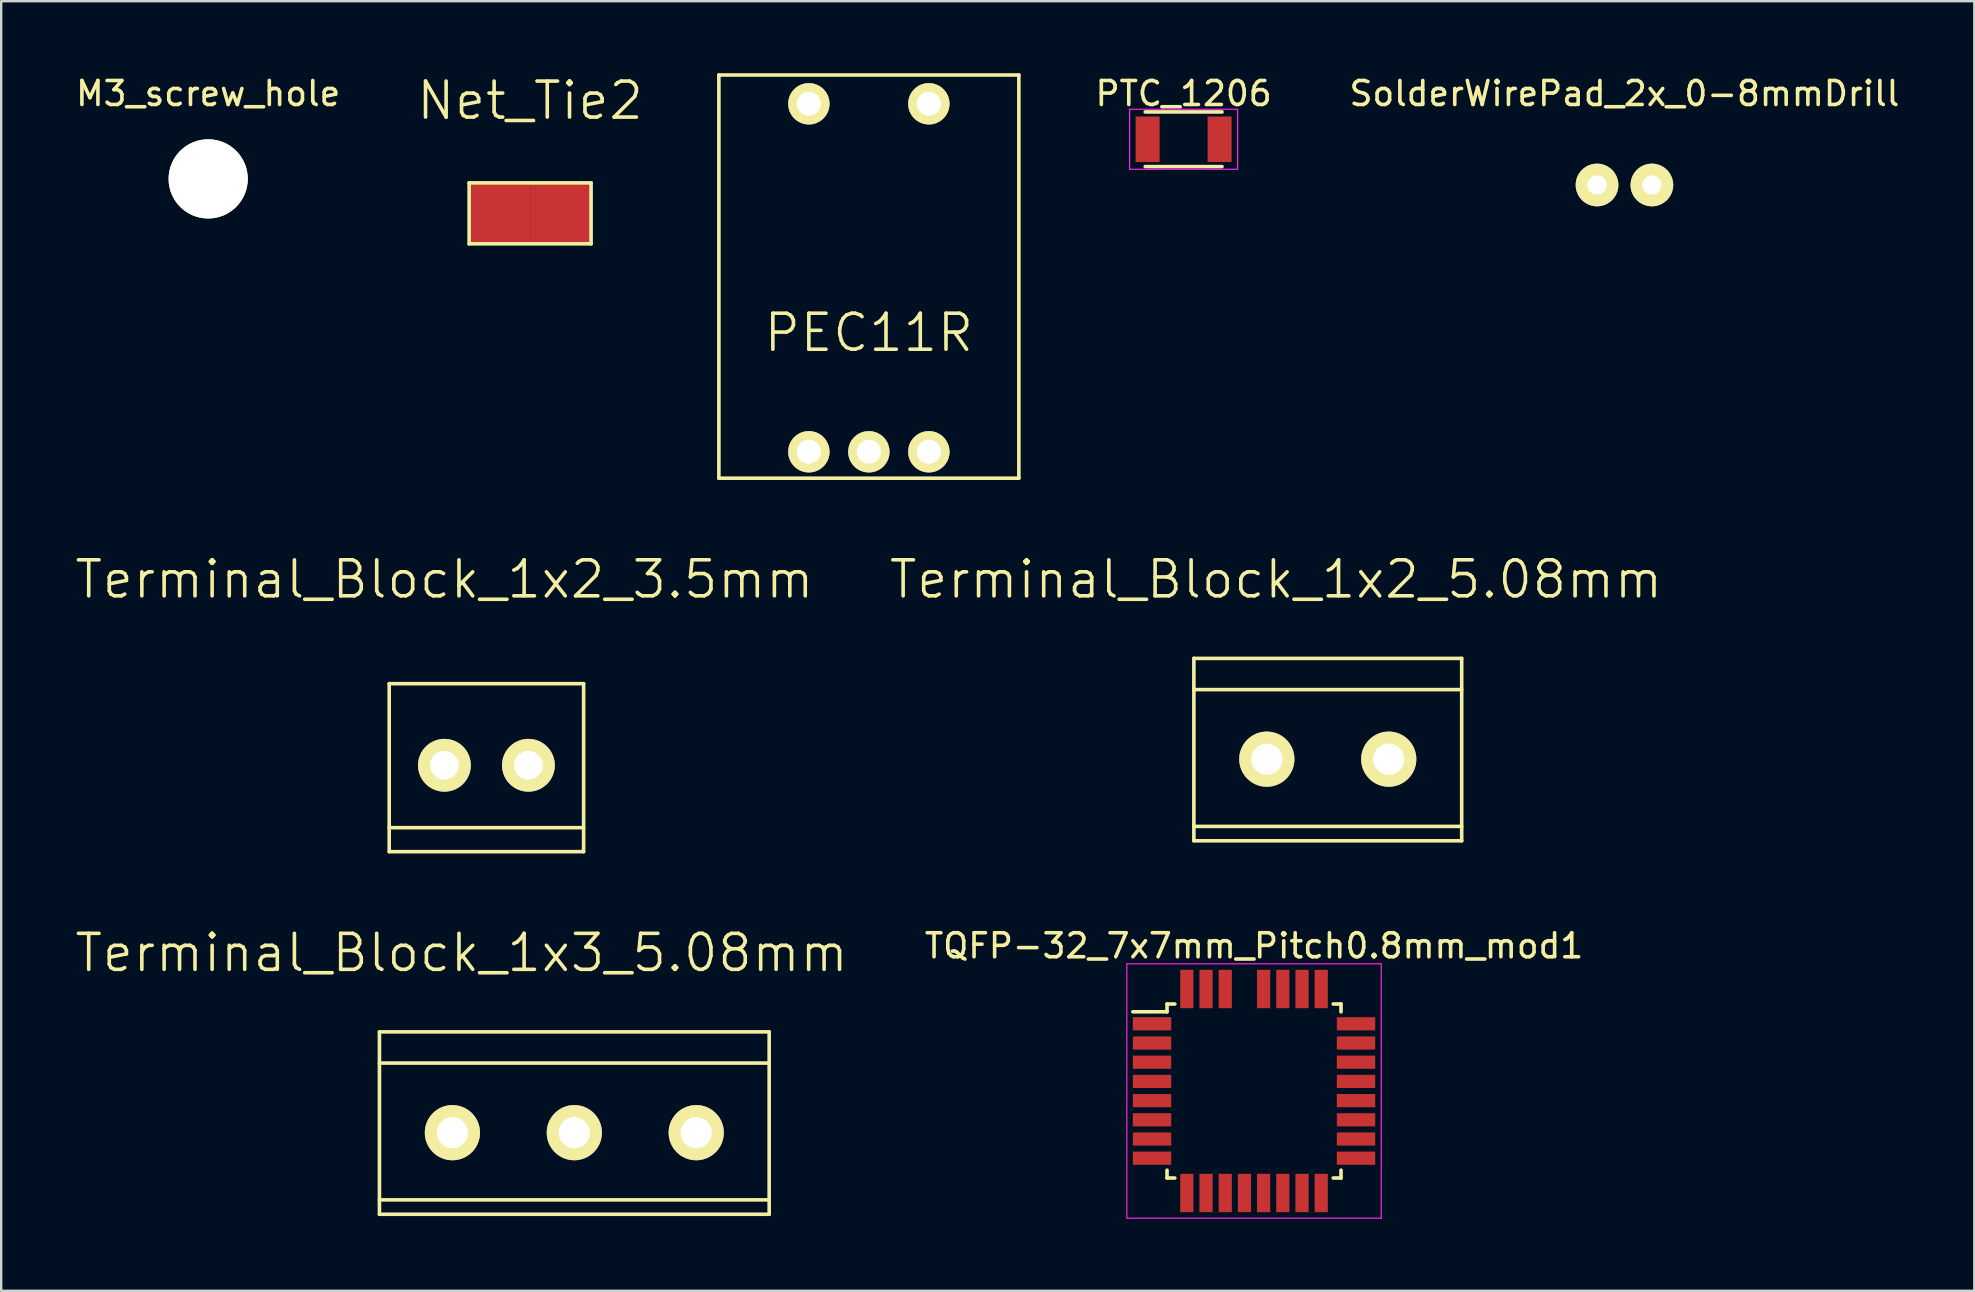
<source format=kicad_pcb>
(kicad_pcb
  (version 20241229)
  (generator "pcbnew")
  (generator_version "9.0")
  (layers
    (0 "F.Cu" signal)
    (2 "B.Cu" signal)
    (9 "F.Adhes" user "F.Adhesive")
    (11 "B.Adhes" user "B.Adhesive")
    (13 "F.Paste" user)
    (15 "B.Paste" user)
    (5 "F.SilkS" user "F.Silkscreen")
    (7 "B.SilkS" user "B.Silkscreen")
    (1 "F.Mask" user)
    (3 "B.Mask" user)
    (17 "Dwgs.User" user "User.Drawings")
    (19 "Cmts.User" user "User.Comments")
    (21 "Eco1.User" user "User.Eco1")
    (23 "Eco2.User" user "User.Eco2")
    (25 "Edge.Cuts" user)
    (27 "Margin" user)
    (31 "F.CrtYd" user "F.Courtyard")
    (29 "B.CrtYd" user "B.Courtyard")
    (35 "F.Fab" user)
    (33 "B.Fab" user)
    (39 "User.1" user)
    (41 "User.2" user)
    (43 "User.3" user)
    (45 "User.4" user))
  (footprint "Terminal_Block_1x2_5.08mm"
    (layer "F.Cu")
    (at 49.737 28.584)
    (property "Reference" "Terminal_Block_1x2_5.08mm" (at 0.381 -7.493 0) (layer "F.SilkS") (effects (font (size 1.5 1.5) (thickness 0.15))))
    (attr through_hole)
    (fp_line (start -3.04 -4.2) (end -3.04 3.4) (stroke (width 0.15) (type solid)) (layer "F.SilkS"))
    (fp_line (start -3.04 -4.2) (end 8.12 -4.2) (stroke (width 0.15) (type solid)) (layer "F.SilkS"))
    (fp_line (start -3.04 -2.9) (end 8.12 -2.9) (stroke (width 0.15) (type solid)) (layer "F.SilkS"))
    (fp_line (start -3.04 2.8) (end 8.12 2.8) (stroke (width 0.15) (type solid)) (layer "F.SilkS"))
    (fp_line (start -3.04 3.4) (end 8.12 3.4) (stroke (width 0.15) (type solid)) (layer "F.SilkS"))
    (fp_line (start 8.12 -4.2) (end 8.12 3.4) (stroke (width 0.15) (type solid)) (layer "F.SilkS"))
    (pad "1" thru_hole circle (at 0 0) (size 2.3 2.3) (drill 1.3) (layers "*.Cu" "*.Mask" "F.SilkS"))
    (pad "2" thru_hole circle (at 5.08 0) (size 2.3 2.3) (drill 1.3) (layers "*.Cu" "*.Mask" "F.SilkS")))
  (footprint "Net_Tie2"
    (layer "F.Cu")
    (at 19.039 5.84)
    (property "Reference" "Net_Tie2" (at 0 -4.699 0) (layer "F.SilkS") (effects (font (size 1.5 1.5) (thickness 0.15))))
    (attr through_hole)
    (fp_line (start -2.54 -1.27) (end -2.54 1.27) (stroke (width 0.15) (type solid)) (layer "F.SilkS"))
    (fp_line (start -2.54 1.27) (end 2.54 1.27) (stroke (width 0.15) (type solid)) (layer "F.SilkS"))
    (fp_line (start 2.54 -1.27) (end -2.54 -1.27) (stroke (width 0.15) (type solid)) (layer "F.SilkS"))
    (fp_line (start 2.54 1.27) (end 2.54 -1.27) (stroke (width 0.15) (type solid)) (layer "F.SilkS"))
    (pad "1" smd rect (at -1.27 0) (size 2.54 2.54) (layers "F.Cu" "F.Mask" "F.Paste"))
    (pad "2" smd rect (at 1.27 0) (size 2.54 2.54) (layers "F.Cu" "F.Mask" "F.Paste")))
  (footprint "PTC_1206"
    (layer "F.Cu")
    (at 46.27 2.753)
    (property "Reference" "PTC_1206" (at 0 -1.905 0) (layer "F.SilkS") (effects (font (size 1 1) (thickness 0.15))))
    (attr smd)
    (fp_line (start -1.6 1.138) (end 1.6 1.138) (stroke (width 0.15) (type solid)) (layer "F.SilkS"))
    (fp_line (start 1.6 -1.138) (end -1.6 -1.138) (stroke (width 0.15) (type solid)) (layer "F.SilkS"))
    (fp_line (start -2.25 -1.25) (end -2.25 1.25) (stroke (width 0.05) (type solid)) (layer "F.CrtYd"))
    (fp_line (start -2.25 -1.25) (end 2.25 -1.25) (stroke (width 0.05) (type solid)) (layer "F.CrtYd"))
    (fp_line (start -2.25 1.25) (end 2.25 1.25) (stroke (width 0.05) (type solid)) (layer "F.CrtYd"))
    (fp_line (start 2.25 -1.25) (end 2.25 1.25) (stroke (width 0.05) (type solid)) (layer "F.CrtYd"))
    (pad "1" smd rect (at -1.5 0) (size 1 1.9) (layers "F.Cu" "F.Mask" "F.Paste"))
    (pad "2" smd rect (at 1.5 0) (size 1 1.9) (layers "F.Cu" "F.Mask" "F.Paste")))
  (footprint "M3_screw_hole"
    (layer "F.Cu")
    (at 5.625 4.404)
    (property "Reference" "M3_screw_hole" (at 0 -3.556 0) (layer "F.SilkS") (effects (font (size 1 1) (thickness 0.15))))
    (attr through_hole)
    (pad "" np_thru_hole circle (at 0 0) (size 3.3 3.3) (drill 3.3) (layers "*.Cu" "*.Mask" "F.SilkS")))
  (footprint "PEC11R"
    (layer "F.Cu")
    (at 33.154 8.275)
    (property "Reference" "PEC11R" (at 0 2.54 0) (layer "F.SilkS") (effects (font (size 1.5 1.5) (thickness 0.15))))
    (attr through_hole)
    (fp_line (start -6.25 -8.2) (end 6.25 -8.2) (stroke (width 0.15) (type solid)) (layer "F.SilkS"))
    (fp_line (start -6.25 8.6) (end -6.25 -8.2) (stroke (width 0.15) (type solid)) (layer "F.SilkS"))
    (fp_line (start 6.25 -8.2) (end 6.25 8.6) (stroke (width 0.15) (type solid)) (layer "F.SilkS"))
    (fp_line (start 6.25 8.6) (end -6.25 8.6) (stroke (width 0.15) (type solid)) (layer "F.SilkS"))
    (pad "1" thru_hole circle (at -2.5 -7) (size 1.724 1.724) (drill 1) (layers "*.Cu" "*.Mask" "F.SilkS"))
    (pad "2" thru_hole circle (at 2.5 -7) (size 1.724 1.724) (drill 1) (layers "*.Cu" "*.Mask" "F.SilkS"))
    (pad "3" thru_hole circle (at -2.5 7.5) (size 1.724 1.724) (drill 1) (layers "*.Cu" "*.Mask" "F.SilkS"))
    (pad "4" thru_hole circle (at 0 7.5) (size 1.724 1.724) (drill 1) (layers "*.Cu" "*.Mask" "F.SilkS"))
    (pad "5" thru_hole circle (at 2.5 7.5) (size 1.724 1.724) (drill 1) (layers "*.Cu" "*.Mask" "F.SilkS")))
  (footprint "Terminal_Block_1x2_3.5mm"
    (layer "F.Cu")
    (at 15.468 28.838)
    (property "Reference" "Terminal_Block_1x2_3.5mm" (at 0 -7.747 0) (layer "F.SilkS") (effects (font (size 1.5 1.5) (thickness 0.15))))
    (attr through_hole)
    (fp_line (start -2.3 -3.4) (end -2.3 3.6) (stroke (width 0.15) (type solid)) (layer "F.SilkS"))
    (fp_line (start -2.3 -3.4) (end 5.8 -3.4) (stroke (width 0.15) (type solid)) (layer "F.SilkS"))
    (fp_line (start -2.3 2.6) (end 5.8 2.6) (stroke (width 0.15) (type solid)) (layer "F.SilkS"))
    (fp_line (start -2.3 3.6) (end 5.8 3.6) (stroke (width 0.15) (type solid)) (layer "F.SilkS"))
    (fp_line (start 5.8 -3.4) (end 5.8 3.6) (stroke (width 0.15) (type solid)) (layer "F.SilkS"))
    (pad "1" thru_hole circle (at 0 0) (size 2.2 2.2) (drill 1.2) (layers "*.Cu" "*.Mask" "F.SilkS"))
    (pad "2" thru_hole circle (at 3.5 0) (size 2.2 2.2) (drill 1.2) (layers "*.Cu" "*.Mask" "F.SilkS")))
  (footprint "TQFP-32_7x7mm_Pitch0.8mm_mod1"
    (layer "F.Cu")
    (at 49.204 42.411)
    (property "Reference" "TQFP-32_7x7mm_Pitch0.8mm_mod1" (at 0 -6.05 0) (layer "F.SilkS") (effects (font (size 1 1) (thickness 0.15))))
    (attr smd)
    (fp_line (start -3.625 -3.625) (end -3.625 -3.3) (stroke (width 0.15) (type solid)) (layer "F.SilkS"))
    (fp_line (start -3.625 -3.625) (end -3.3 -3.625) (stroke (width 0.15) (type solid)) (layer "F.SilkS"))
    (fp_line (start -3.625 -3.3) (end -5.05 -3.3) (stroke (width 0.15) (type solid)) (layer "F.SilkS"))
    (fp_line (start -3.625 3.625) (end -3.625 3.3) (stroke (width 0.15) (type solid)) (layer "F.SilkS"))
    (fp_line (start -3.625 3.625) (end -3.3 3.625) (stroke (width 0.15) (type solid)) (layer "F.SilkS"))
    (fp_line (start 3.625 -3.625) (end 3.3 -3.625) (stroke (width 0.15) (type solid)) (layer "F.SilkS"))
    (fp_line (start 3.625 -3.625) (end 3.625 -3.3) (stroke (width 0.15) (type solid)) (layer "F.SilkS"))
    (fp_line (start 3.625 3.625) (end 3.3 3.625) (stroke (width 0.15) (type solid)) (layer "F.SilkS"))
    (fp_line (start 3.625 3.625) (end 3.625 3.3) (stroke (width 0.15) (type solid)) (layer "F.SilkS"))
    (fp_line (start -5.3 -5.3) (end -5.3 5.3) (stroke (width 0.05) (type solid)) (layer "F.CrtYd"))
    (fp_line (start -5.3 -5.3) (end 5.3 -5.3) (stroke (width 0.05) (type solid)) (layer "F.CrtYd"))
    (fp_line (start -5.3 5.3) (end 5.3 5.3) (stroke (width 0.05) (type solid)) (layer "F.CrtYd"))
    (fp_line (start 5.3 -5.3) (end 5.3 5.3) (stroke (width 0.05) (type solid)) (layer "F.CrtYd"))
    (pad "1" smd rect (at -4.25 -2.8) (size 1.6 0.55) (layers "F.Cu" "F.Mask" "F.Paste"))
    (pad "2" smd rect (at -4.25 -2) (size 1.6 0.55) (layers "F.Cu" "F.Mask" "F.Paste"))
    (pad "3" smd rect (at -4.25 -1.2) (size 1.6 0.55) (layers "F.Cu" "F.Mask" "F.Paste"))
    (pad "4" smd rect (at -4.25 -0.4) (size 1.6 0.55) (layers "F.Cu" "F.Mask" "F.Paste"))
    (pad "5" smd rect (at -4.25 0.4) (size 1.6 0.55) (layers "F.Cu" "F.Mask" "F.Paste"))
    (pad "6" smd rect (at -4.25 1.2) (size 1.6 0.55) (layers "F.Cu" "F.Mask" "F.Paste"))
    (pad "7" smd rect (at -4.25 2) (size 1.6 0.55) (layers "F.Cu" "F.Mask" "F.Paste"))
    (pad "8" smd rect (at -4.25 2.8) (size 1.6 0.55) (layers "F.Cu" "F.Mask" "F.Paste"))
    (pad "9" smd rect (at -2.8 4.25 90) (size 1.6 0.55) (layers "F.Cu" "F.Mask" "F.Paste"))
    (pad "10" smd rect (at -2 4.25 90) (size 1.6 0.55) (layers "F.Cu" "F.Mask" "F.Paste"))
    (pad "11" smd rect (at -1.2 4.25 90) (size 1.6 0.55) (layers "F.Cu" "F.Mask" "F.Paste"))
    (pad "12" smd rect (at -0.4 4.25 90) (size 1.6 0.55) (layers "F.Cu" "F.Mask" "F.Paste"))
    (pad "13" smd rect (at 0.4 4.25 90) (size 1.6 0.55) (layers "F.Cu" "F.Mask" "F.Paste"))
    (pad "14" smd rect (at 1.2 4.25 90) (size 1.6 0.55) (layers "F.Cu" "F.Mask" "F.Paste"))
    (pad "15" smd rect (at 2 4.25 90) (size 1.6 0.55) (layers "F.Cu" "F.Mask" "F.Paste"))
    (pad "16" smd rect (at 2.8 4.25 90) (size 1.6 0.55) (layers "F.Cu" "F.Mask" "F.Paste"))
    (pad "17" smd rect (at 4.25 2.8) (size 1.6 0.55) (layers "F.Cu" "F.Mask" "F.Paste"))
    (pad "18" smd rect (at 4.25 2) (size 1.6 0.55) (layers "F.Cu" "F.Mask" "F.Paste"))
    (pad "19" smd rect (at 4.25 1.2) (size 1.6 0.55) (layers "F.Cu" "F.Mask" "F.Paste"))
    (pad "20" smd rect (at 4.25 0.4) (size 1.6 0.55) (layers "F.Cu" "F.Mask" "F.Paste"))
    (pad "21" smd rect (at 4.25 -0.4) (size 1.6 0.55) (layers "F.Cu" "F.Mask" "F.Paste"))
    (pad "22" smd rect (at 4.25 -1.2) (size 1.6 0.55) (layers "F.Cu" "F.Mask" "F.Paste"))
    (pad "23" smd rect (at 4.25 -2) (size 1.6 0.55) (layers "F.Cu" "F.Mask" "F.Paste"))
    (pad "24" smd rect (at 4.25 -2.8) (size 1.6 0.55) (layers "F.Cu" "F.Mask" "F.Paste"))
    (pad "25" smd rect (at 2.8 -4.25 90) (size 1.6 0.55) (layers "F.Cu" "F.Mask" "F.Paste"))
    (pad "26" smd rect (at 2 -4.25 90) (size 1.6 0.55) (layers "F.Cu" "F.Mask" "F.Paste"))
    (pad "27" smd rect (at 1.2 -4.25 90) (size 1.6 0.55) (layers "F.Cu" "F.Mask" "F.Paste"))
    (pad "28" smd rect (at 0.4 -4.25 90) (size 1.6 0.55) (layers "F.Cu" "F.Mask" "F.Paste"))
    (pad "30" smd rect (at -1.2 -4.25 90) (size 1.6 0.55) (layers "F.Cu" "F.Mask" "F.Paste"))
    (pad "31" smd rect (at -2 -4.25 90) (size 1.6 0.55) (layers "F.Cu" "F.Mask" "F.Paste"))
    (pad "32" smd rect (at -2.8 -4.25 90) (size 1.6 0.55) (layers "F.Cu" "F.Mask" "F.Paste")))
  (footprint "Terminal_Block_1x3_5.08mm"
    (layer "F.Cu")
    (at 15.801 44.147)
    (property "Reference" "Terminal_Block_1x3_5.08mm" (at 0.381 -7.493 0) (layer "F.SilkS") (effects (font (size 1.5 1.5) (thickness 0.15))))
    (attr through_hole)
    (fp_line (start -3.04 -4.2) (end -3.04 3.4) (stroke (width 0.15) (type solid)) (layer "F.SilkS"))
    (fp_line (start -3.04 -4.2) (end 13.2 -4.2) (stroke (width 0.15) (type solid)) (layer "F.SilkS"))
    (fp_line (start -3.04 -2.9) (end 13.2 -2.9) (stroke (width 0.15) (type solid)) (layer "F.SilkS"))
    (fp_line (start -3.04 2.8) (end 13.2 2.8) (stroke (width 0.15) (type solid)) (layer "F.SilkS"))
    (fp_line (start -3.04 3.4) (end 13.2 3.4) (stroke (width 0.15) (type solid)) (layer "F.SilkS"))
    (fp_line (start 13.2 -4.2) (end 13.2 3.4) (stroke (width 0.15) (type solid)) (layer "F.SilkS"))
    (pad "1" thru_hole circle (at 0 0) (size 2.3 2.3) (drill 1.3) (layers "*.Cu" "*.Mask" "F.SilkS"))
    (pad "2" thru_hole circle (at 5.08 0) (size 2.3 2.3) (drill 1.3) (layers "*.Cu" "*.Mask" "F.SilkS"))
    (pad "3" thru_hole circle (at 10.16 0) (size 2.3 2.3) (drill 1.3) (layers "*.Cu" "*.Mask" "F.SilkS")))
  (footprint "SolderWirePad_2x_0-8mmDrill"
    (layer "F.Cu")
    (at 64.639 4.658)
    (property "Reference" "SolderWirePad_2x_0-8mmDrill" (at 0 -3.81 0) (layer "F.SilkS") (effects (font (size 1 1) (thickness 0.15))))
    (attr through_hole)
    (pad "1" thru_hole circle (at -1.143 0) (size 1.778 1.778) (drill 0.8) (layers "*.Cu" "*.Mask" "F.SilkS"))
    (pad "2" thru_hole circle (at 1.143 0) (size 1.778 1.778) (drill 0.8) (layers "*.Cu" "*.Mask" "F.SilkS")))
  (gr_rect
    (start -3 -3)
    (end 79.217 50.736)
    (stroke (width 0.1) (type default))
    (fill no)
    (layer "Edge.Cuts")))
</source>
